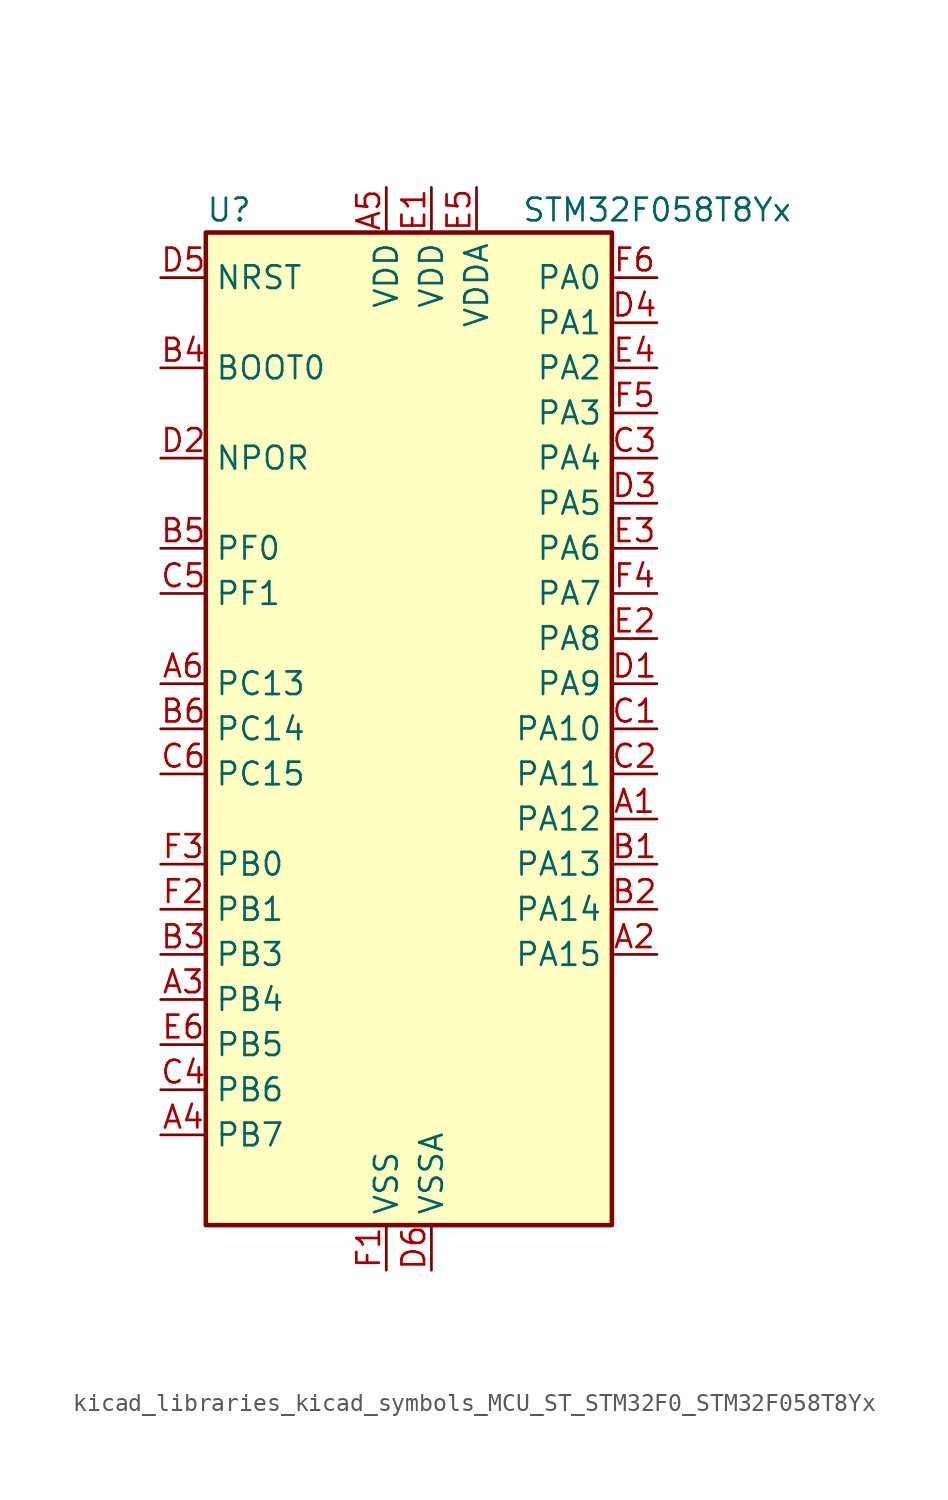
<source format=kicad_sym>
(kicad_symbol_lib
  (version 20220914)
  (generator kicad_symbol_editor)
  (symbol "kicad_libraries_kicad_symbols_MCU_ST_STM32F0_STM32F058T8Yx"
    (property "Reference" "U"
      (at -10.16 29.21 0)
      (effects (font (size 1.27 1.27)) (justify left)))
    (property "Value" "STM32F058T8Yx"
      (at 7.62 29.21 0)
      (effects (font (size 1.27 1.27)) (justify left)))
    (property "ki_locked" ""
      (at 0 0 0)
      (effects (font (size 1.27 1.27))))
    (symbol "kicad_libraries_kicad_symbols_MCU_ST_STM32F0_STM32F058T8Yx_0_1"
      (rectangle (start -10.16 -27.94) (end 12.7 27.94) (stroke (width 0.254) (type default)) (fill (type background))))
    (symbol "kicad_libraries_kicad_symbols_MCU_ST_STM32F0_STM32F058T8Yx_1_1"
      (pin bidirectional line (at 15.24 -5.08 180) (length 2.54) (name "PA12" (effects (font (size 1.27 1.27)))) (number "A1" (effects (font (size 1.27 1.27)))) (alternate "COMP2_OUT" bidirectional line) (alternate "TIM1_ETR" bidirectional line) (alternate "TSC_G4_IO4" bidirectional line) (alternate "USART1_DE" bidirectional line) (alternate "USART1_RTS" bidirectional line))
      (pin bidirectional line (at 15.24 -12.7 180) (length 2.54) (name "PA15" (effects (font (size 1.27 1.27)))) (number "A2" (effects (font (size 1.27 1.27)))) (alternate "I2S1_WS" bidirectional line) (alternate "SPI1_NSS" bidirectional line) (alternate "TIM2_CH1" bidirectional line) (alternate "TIM2_ETR" bidirectional line) (alternate "USART2_RX" bidirectional line))
      (pin bidirectional line (at -12.7 -15.24 0) (length 2.54) (name "PB4" (effects (font (size 1.27 1.27)))) (number "A3" (effects (font (size 1.27 1.27)))) (alternate "I2S1_MCK" bidirectional line) (alternate "SPI1_MISO" bidirectional line) (alternate "TIM3_CH1" bidirectional line) (alternate "TSC_G5_IO2" bidirectional line))
      (pin bidirectional line (at -12.7 -22.86 0) (length 2.54) (name "PB7" (effects (font (size 1.27 1.27)))) (number "A4" (effects (font (size 1.27 1.27)))) (alternate "I2C1_SDA" bidirectional line) (alternate "TIM17_CH1N" bidirectional line) (alternate "TSC_G5_IO4" bidirectional line) (alternate "USART1_RX" bidirectional line))
      (pin power_in line (at 0 30.48 270) (length 2.54) (name "VDD" (effects (font (size 1.27 1.27)))) (number "A5" (effects (font (size 1.27 1.27)))))
      (pin bidirectional line (at -12.7 2.54 0) (length 2.54) (name "PC13" (effects (font (size 1.27 1.27)))) (number "A6" (effects (font (size 1.27 1.27)))) (alternate "RTC_OUT_ALARM" bidirectional line) (alternate "RTC_OUT_CALIB" bidirectional line) (alternate "RTC_TAMP1" bidirectional line) (alternate "RTC_TS" bidirectional line) (alternate "SYS_WKUP2" bidirectional line))
      (pin bidirectional line (at 15.24 -7.62 180) (length 2.54) (name "PA13" (effects (font (size 1.27 1.27)))) (number "B1" (effects (font (size 1.27 1.27)))) (alternate "IR_OUT" bidirectional line) (alternate "SYS_SWDIO" bidirectional line))
      (pin bidirectional line (at 15.24 -10.16 180) (length 2.54) (name "PA14" (effects (font (size 1.27 1.27)))) (number "B2" (effects (font (size 1.27 1.27)))) (alternate "SYS_SWCLK" bidirectional line) (alternate "USART2_TX" bidirectional line))
      (pin bidirectional line (at -12.7 -12.7 0) (length 2.54) (name "PB3" (effects (font (size 1.27 1.27)))) (number "B3" (effects (font (size 1.27 1.27)))) (alternate "I2S1_CK" bidirectional line) (alternate "SPI1_SCK" bidirectional line) (alternate "TIM2_CH2" bidirectional line) (alternate "TSC_G5_IO1" bidirectional line))
      (pin input line (at -12.7 20.32 0) (length 2.54) (name "BOOT0" (effects (font (size 1.27 1.27)))) (number "B4" (effects (font (size 1.27 1.27)))))
      (pin bidirectional line (at -12.7 10.16 0) (length 2.54) (name "PF0" (effects (font (size 1.27 1.27)))) (number "B5" (effects (font (size 1.27 1.27)))) (alternate "RCC_OSC_IN" bidirectional line))
      (pin bidirectional line (at -12.7 0 0) (length 2.54) (name "PC14" (effects (font (size 1.27 1.27)))) (number "B6" (effects (font (size 1.27 1.27)))) (alternate "RCC_OSC32_IN" bidirectional line))
      (pin bidirectional line (at 15.24 0 180) (length 2.54) (name "PA10" (effects (font (size 1.27 1.27)))) (number "C1" (effects (font (size 1.27 1.27)))) (alternate "TIM17_BKIN" bidirectional line) (alternate "TIM1_CH3" bidirectional line) (alternate "TSC_G4_IO2" bidirectional line) (alternate "USART1_RX" bidirectional line))
      (pin bidirectional line (at 15.24 -2.54 180) (length 2.54) (name "PA11" (effects (font (size 1.27 1.27)))) (number "C2" (effects (font (size 1.27 1.27)))) (alternate "COMP1_OUT" bidirectional line) (alternate "TIM1_CH4" bidirectional line) (alternate "TSC_G4_IO3" bidirectional line) (alternate "USART1_CTS" bidirectional line))
      (pin bidirectional line (at 15.24 15.24 180) (length 2.54) (name "PA4" (effects (font (size 1.27 1.27)))) (number "C3" (effects (font (size 1.27 1.27)))) (alternate "ADC_IN4" bidirectional line) (alternate "COMP1_INM" bidirectional line) (alternate "COMP2_INM" bidirectional line) (alternate "DAC1_OUT1" bidirectional line) (alternate "I2S1_WS" bidirectional line) (alternate "SPI1_NSS" bidirectional line) (alternate "TIM14_CH1" bidirectional line) (alternate "TSC_G2_IO1" bidirectional line) (alternate "USART2_CK" bidirectional line))
      (pin bidirectional line (at -12.7 -20.32 0) (length 2.54) (name "PB6" (effects (font (size 1.27 1.27)))) (number "C4" (effects (font (size 1.27 1.27)))) (alternate "I2C1_SCL" bidirectional line) (alternate "TIM16_CH1N" bidirectional line) (alternate "TSC_G5_IO3" bidirectional line) (alternate "USART1_TX" bidirectional line))
      (pin bidirectional line (at -12.7 7.62 0) (length 2.54) (name "PF1" (effects (font (size 1.27 1.27)))) (number "C5" (effects (font (size 1.27 1.27)))) (alternate "RCC_OSC_OUT" bidirectional line))
      (pin bidirectional line (at -12.7 -2.54 0) (length 2.54) (name "PC15" (effects (font (size 1.27 1.27)))) (number "C6" (effects (font (size 1.27 1.27)))) (alternate "RCC_OSC32_OUT" bidirectional line))
      (pin bidirectional line (at 15.24 2.54 180) (length 2.54) (name "PA9" (effects (font (size 1.27 1.27)))) (number "D1" (effects (font (size 1.27 1.27)))) (alternate "DAC1_EXTI9" bidirectional line) (alternate "TIM15_BKIN" bidirectional line) (alternate "TIM1_CH2" bidirectional line) (alternate "TSC_G4_IO1" bidirectional line) (alternate "USART1_TX" bidirectional line))
      (pin input line (at -12.7 15.24 0) (length 2.54) (name "NPOR" (effects (font (size 1.27 1.27)))) (number "D2" (effects (font (size 1.27 1.27)))))
      (pin bidirectional line (at 15.24 12.7 180) (length 2.54) (name "PA5" (effects (font (size 1.27 1.27)))) (number "D3" (effects (font (size 1.27 1.27)))) (alternate "ADC_IN5" bidirectional line) (alternate "CEC" bidirectional line) (alternate "COMP1_INM" bidirectional line) (alternate "COMP2_INM" bidirectional line) (alternate "I2S1_CK" bidirectional line) (alternate "SPI1_SCK" bidirectional line) (alternate "TIM2_CH1" bidirectional line) (alternate "TIM2_ETR" bidirectional line) (alternate "TSC_G2_IO2" bidirectional line))
      (pin bidirectional line (at 15.24 22.86 180) (length 2.54) (name "PA1" (effects (font (size 1.27 1.27)))) (number "D4" (effects (font (size 1.27 1.27)))) (alternate "ADC_IN1" bidirectional line) (alternate "COMP1_INP" bidirectional line) (alternate "TIM2_CH2" bidirectional line) (alternate "TSC_G1_IO2" bidirectional line) (alternate "USART2_DE" bidirectional line) (alternate "USART2_RTS" bidirectional line))
      (pin input line (at -12.7 25.4 0) (length 2.54) (name "NRST" (effects (font (size 1.27 1.27)))) (number "D5" (effects (font (size 1.27 1.27)))))
      (pin power_in line (at 2.54 -30.48 90) (length 2.54) (name "VSSA" (effects (font (size 1.27 1.27)))) (number "D6" (effects (font (size 1.27 1.27)))))
      (pin power_in line (at 2.54 30.48 270) (length 2.54) (name "VDD" (effects (font (size 1.27 1.27)))) (number "E1" (effects (font (size 1.27 1.27)))))
      (pin bidirectional line (at 15.24 5.08 180) (length 2.54) (name "PA8" (effects (font (size 1.27 1.27)))) (number "E2" (effects (font (size 1.27 1.27)))) (alternate "RCC_MCO" bidirectional line) (alternate "TIM1_CH1" bidirectional line) (alternate "USART1_CK" bidirectional line))
      (pin bidirectional line (at 15.24 10.16 180) (length 2.54) (name "PA6" (effects (font (size 1.27 1.27)))) (number "E3" (effects (font (size 1.27 1.27)))) (alternate "ADC_IN6" bidirectional line) (alternate "COMP1_OUT" bidirectional line) (alternate "I2S1_MCK" bidirectional line) (alternate "SPI1_MISO" bidirectional line) (alternate "TIM16_CH1" bidirectional line) (alternate "TIM1_BKIN" bidirectional line) (alternate "TIM3_CH1" bidirectional line) (alternate "TSC_G2_IO3" bidirectional line))
      (pin bidirectional line (at 15.24 20.32 180) (length 2.54) (name "PA2" (effects (font (size 1.27 1.27)))) (number "E4" (effects (font (size 1.27 1.27)))) (alternate "ADC_IN2" bidirectional line) (alternate "COMP2_INM" bidirectional line) (alternate "COMP2_OUT" bidirectional line) (alternate "TIM15_CH1" bidirectional line) (alternate "TIM2_CH3" bidirectional line) (alternate "TSC_G1_IO3" bidirectional line) (alternate "USART2_TX" bidirectional line))
      (pin power_in line (at 5.08 30.48 270) (length 2.54) (name "VDDA" (effects (font (size 1.27 1.27)))) (number "E5" (effects (font (size 1.27 1.27)))))
      (pin bidirectional line (at -12.7 -17.78 0) (length 2.54) (name "PB5" (effects (font (size 1.27 1.27)))) (number "E6" (effects (font (size 1.27 1.27)))) (alternate "I2C1_SMBA" bidirectional line) (alternate "I2S1_SD" bidirectional line) (alternate "SPI1_MOSI" bidirectional line) (alternate "TIM16_BKIN" bidirectional line) (alternate "TIM3_CH2" bidirectional line))
      (pin power_in line (at 0 -30.48 90) (length 2.54) (name "VSS" (effects (font (size 1.27 1.27)))) (number "F1" (effects (font (size 1.27 1.27)))))
      (pin bidirectional line (at -12.7 -10.16 0) (length 2.54) (name "PB1" (effects (font (size 1.27 1.27)))) (number "F2" (effects (font (size 1.27 1.27)))) (alternate "ADC_IN9" bidirectional line) (alternate "TIM14_CH1" bidirectional line) (alternate "TIM1_CH3N" bidirectional line) (alternate "TIM3_CH4" bidirectional line) (alternate "TSC_G3_IO3" bidirectional line))
      (pin bidirectional line (at -12.7 -7.62 0) (length 2.54) (name "PB0" (effects (font (size 1.27 1.27)))) (number "F3" (effects (font (size 1.27 1.27)))) (alternate "ADC_IN8" bidirectional line) (alternate "TIM1_CH2N" bidirectional line) (alternate "TIM3_CH3" bidirectional line) (alternate "TSC_G3_IO2" bidirectional line))
      (pin bidirectional line (at 15.24 7.62 180) (length 2.54) (name "PA7" (effects (font (size 1.27 1.27)))) (number "F4" (effects (font (size 1.27 1.27)))) (alternate "ADC_IN7" bidirectional line) (alternate "COMP2_OUT" bidirectional line) (alternate "I2S1_SD" bidirectional line) (alternate "SPI1_MOSI" bidirectional line) (alternate "TIM14_CH1" bidirectional line) (alternate "TIM17_CH1" bidirectional line) (alternate "TIM1_CH1N" bidirectional line) (alternate "TIM3_CH2" bidirectional line) (alternate "TSC_G2_IO4" bidirectional line))
      (pin bidirectional line (at 15.24 17.78 180) (length 2.54) (name "PA3" (effects (font (size 1.27 1.27)))) (number "F5" (effects (font (size 1.27 1.27)))) (alternate "ADC_IN3" bidirectional line) (alternate "COMP2_INP" bidirectional line) (alternate "TIM15_CH2" bidirectional line) (alternate "TIM2_CH4" bidirectional line) (alternate "TSC_G1_IO4" bidirectional line) (alternate "USART2_RX" bidirectional line))
      (pin bidirectional line (at 15.24 25.4 180) (length 2.54) (name "PA0" (effects (font (size 1.27 1.27)))) (number "F6" (effects (font (size 1.27 1.27)))) (alternate "ADC_IN0" bidirectional line) (alternate "COMP1_INM" bidirectional line) (alternate "COMP1_OUT" bidirectional line) (alternate "RTC_TAMP2" bidirectional line) (alternate "SYS_WKUP1" bidirectional line) (alternate "TIM2_CH1" bidirectional line) (alternate "TIM2_ETR" bidirectional line) (alternate "TSC_G1_IO1" bidirectional line) (alternate "USART2_CTS" bidirectional line)))))
</source>
